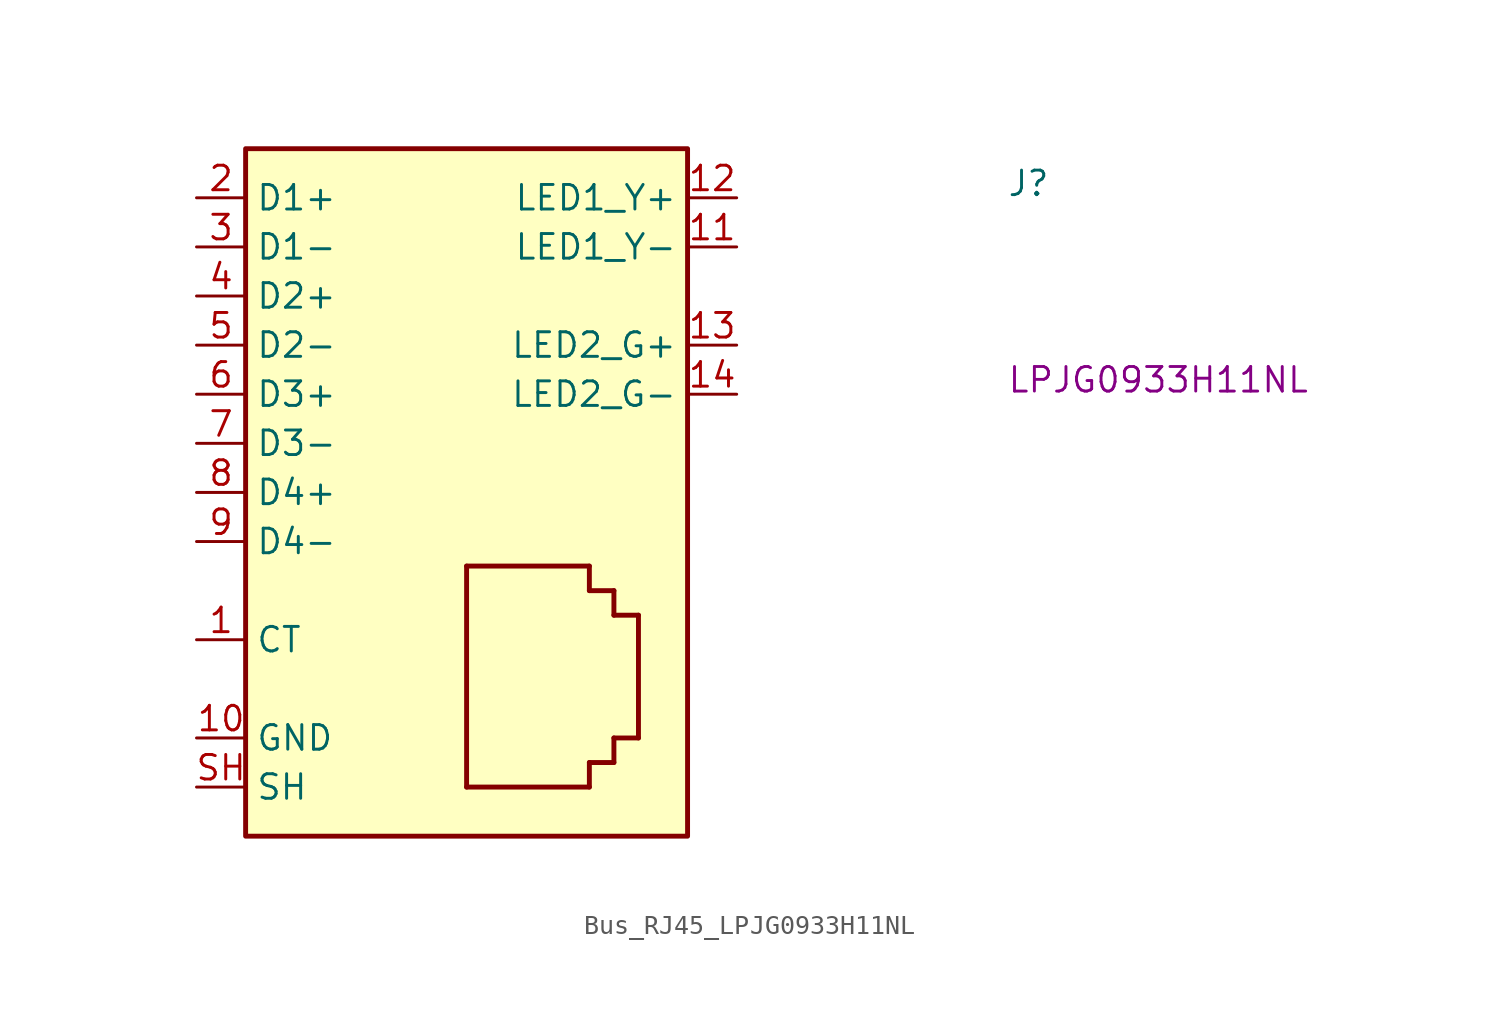
<source format=kicad_sym>
(kicad_symbol_lib
  (version 20220914)
  (generator kicad_symbol_editor)
  (symbol "Bus_RJ45_LPJG0933H11NL"
    (property "Reference" "J"
      (at 41.91 0 0)
      (effects (font (size 1.27 1.27) (thickness 0.15)) (justify left bottom)))
    (property "MPN" "LPJG0933H11NL"
      (at 41.91 -10.16 0)
      (effects (font (size 1.27 1.27) (thickness 0.15)) (justify left bottom)))
    (symbol "Bus_RJ45_LPJG0933H11NL_1_1"
      (polyline (pts (xy 13.97 -30.48) (xy 13.97 -19.05)) (stroke (width 0.254) (type default)) (fill (type background)))
      (polyline (pts (xy 13.97 -19.05) (xy 20.32 -19.05)) (stroke (width 0.254) (type default)) (fill (type background)))
      (polyline (pts (xy 20.32 -30.48) (xy 13.97 -30.48)) (stroke (width 0.254) (type default)) (fill (type background)))
      (polyline (pts (xy 20.32 -30.48) (xy 20.32 -29.21)) (stroke (width 0.254) (type default)) (fill (type background)))
      (polyline (pts (xy 20.32 -29.21) (xy 21.59 -29.21)) (stroke (width 0.254) (type default)) (fill (type background)))
      (polyline (pts (xy 20.32 -20.32) (xy 21.59 -20.32)) (stroke (width 0.254) (type default)) (fill (type background)))
      (polyline (pts (xy 20.32 -19.05) (xy 20.32 -20.32)) (stroke (width 0.254) (type default)) (fill (type background)))
      (polyline (pts (xy 21.59 -29.21) (xy 21.59 -27.94)) (stroke (width 0.254) (type default)) (fill (type background)))
      (polyline (pts (xy 21.59 -27.94) (xy 22.86 -27.94)) (stroke (width 0.254) (type default)) (fill (type background)))
      (polyline (pts (xy 21.59 -21.59) (xy 22.86 -21.59)) (stroke (width 0.254) (type default)) (fill (type background)))
      (polyline (pts (xy 21.59 -20.32) (xy 21.59 -21.59)) (stroke (width 0.254) (type default)) (fill (type background)))
      (polyline (pts (xy 22.86 -21.59) (xy 22.86 -27.94)) (stroke (width 0.254) (type default)) (fill (type background)))
      (rectangle (start 2.54 2.54) (end 25.4 -33.02) (stroke (width 0.254) (type default)) (fill (type background)))
      (pin power_in line (at 0 -22.86 0) (length 2.54) (name "CT" (effects (font (size 1.27 1.27)))) (number "1" (effects (font (size 1.27 1.27)))))
      (pin power_in line (at 0 -27.94 0) (length 2.54) (name "GND" (effects (font (size 1.27 1.27)))) (number "10" (effects (font (size 1.27 1.27)))))
      (pin passive line (at 27.94 -2.54 180) (length 2.54) (name "LED1_Y-" (effects (font (size 1.27 1.27)))) (number "11" (effects (font (size 1.27 1.27)))))
      (pin passive line (at 27.94 0 180) (length 2.54) (name "LED1_Y+" (effects (font (size 1.27 1.27)))) (number "12" (effects (font (size 1.27 1.27)))))
      (pin passive line (at 27.94 -7.62 180) (length 2.54) (name "LED2_G+" (effects (font (size 1.27 1.27)))) (number "13" (effects (font (size 1.27 1.27)))))
      (pin passive line (at 27.94 -10.16 180) (length 2.54) (name "LED2_G-" (effects (font (size 1.27 1.27)))) (number "14" (effects (font (size 1.27 1.27)))))
      (pin bidirectional line (at 0 0 0) (length 2.54) (name "D1+" (effects (font (size 1.27 1.27)))) (number "2" (effects (font (size 1.27 1.27)))))
      (pin bidirectional line (at 0 -2.54 0) (length 2.54) (name "D1-" (effects (font (size 1.27 1.27)))) (number "3" (effects (font (size 1.27 1.27)))))
      (pin bidirectional line (at 0 -5.08 0) (length 2.54) (name "D2+" (effects (font (size 1.27 1.27)))) (number "4" (effects (font (size 1.27 1.27)))))
      (pin bidirectional line (at 0 -7.62 0) (length 2.54) (name "D2-" (effects (font (size 1.27 1.27)))) (number "5" (effects (font (size 1.27 1.27)))))
      (pin bidirectional line (at 0 -10.16 0) (length 2.54) (name "D3+" (effects (font (size 1.27 1.27)))) (number "6" (effects (font (size 1.27 1.27)))))
      (pin bidirectional line (at 0 -12.7 0) (length 2.54) (name "D3-" (effects (font (size 1.27 1.27)))) (number "7" (effects (font (size 1.27 1.27)))))
      (pin bidirectional line (at 0 -15.24 0) (length 2.54) (name "D4+" (effects (font (size 1.27 1.27)))) (number "8" (effects (font (size 1.27 1.27)))))
      (pin bidirectional line (at 0 -17.78 0) (length 2.54) (name "D4-" (effects (font (size 1.27 1.27)))) (number "9" (effects (font (size 1.27 1.27)))))
      (pin passive line (at 0 -30.48 0) (length 2.54) (name "SH" (effects (font (size 1.27 1.27)))) (number "SH" (effects (font (size 1.27 1.27)))))
      (pin passive line (at 0 -30.48 0) (length 2.54) hide (name "~" (effects (font (size 1.27 1.27)))) (number "SH" (effects (font (size 1.27 1.27))))))))
</source>
